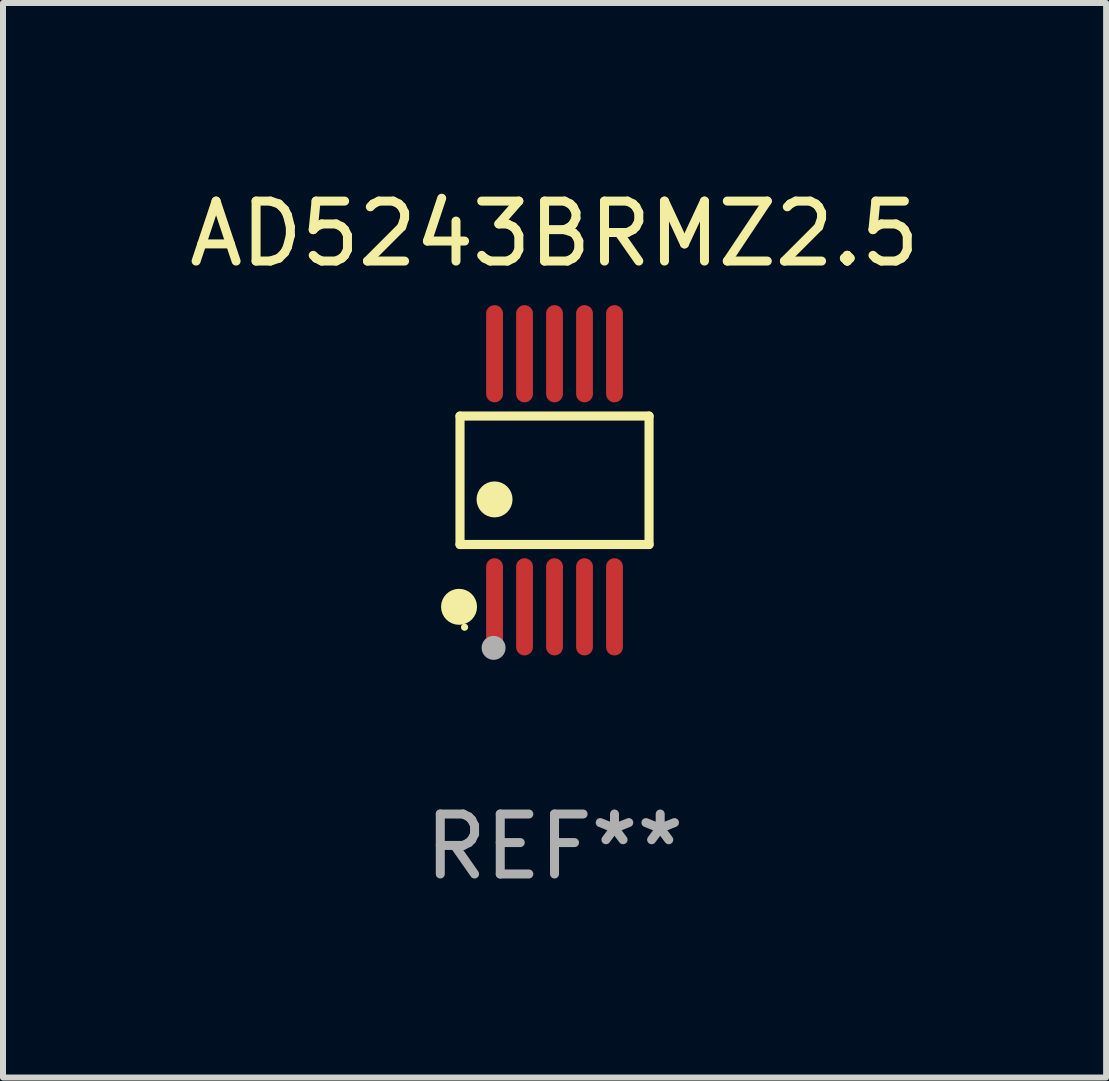
<source format=kicad_pcb>
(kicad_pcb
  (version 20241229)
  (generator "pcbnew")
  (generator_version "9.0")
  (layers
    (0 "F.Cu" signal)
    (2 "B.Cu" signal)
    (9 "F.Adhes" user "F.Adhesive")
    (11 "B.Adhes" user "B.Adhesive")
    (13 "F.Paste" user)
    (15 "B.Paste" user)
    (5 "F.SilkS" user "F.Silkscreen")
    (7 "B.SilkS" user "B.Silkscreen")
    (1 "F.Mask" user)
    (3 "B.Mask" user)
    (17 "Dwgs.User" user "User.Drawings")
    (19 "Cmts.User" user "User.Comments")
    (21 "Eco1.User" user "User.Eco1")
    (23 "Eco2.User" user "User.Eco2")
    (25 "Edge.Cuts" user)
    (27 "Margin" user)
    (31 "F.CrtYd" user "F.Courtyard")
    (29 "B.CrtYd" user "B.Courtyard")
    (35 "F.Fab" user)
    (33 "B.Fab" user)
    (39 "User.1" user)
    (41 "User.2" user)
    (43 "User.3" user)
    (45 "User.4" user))
  (footprint "AD5243BRMZ2.5"
    (layer "F.Cu")
    (at 6.196 4.958)
    (property "Reference" "AD5243BRMZ2.5" (at 0 -4.11 0) (layer "F.SilkS") (effects (font (size 1 1) (thickness 0.15))))
    (attr through_hole)
    (fp_line (start -1.576 -1.071) (end 1.576 -1.071) (stroke (width 0.152) (type solid)) (layer "F.SilkS"))
    (fp_line (start -1.576 1.071) (end -1.576 -1.071) (stroke (width 0.152) (type solid)) (layer "F.SilkS"))
    (fp_line (start 1.576 -1.071) (end 1.576 1.071) (stroke (width 0.152) (type solid)) (layer "F.SilkS"))
    (fp_line (start 1.576 1.071) (end -1.576 1.071) (stroke (width 0.152) (type solid)) (layer "F.SilkS"))
    (fp_circle (center -1.592 2.11) (end -1.442 2.11) (stroke (width 0.3) (type solid)) (fill no) (layer "F.SilkS"))
    (fp_circle (center -1.5 2.45) (end -1.47 2.45) (stroke (width 0.06) (type solid)) (fill no) (layer "F.SilkS"))
    (fp_circle (center -1 0.319) (end -0.85 0.319) (stroke (width 0.3) (type solid)) (fill no) (layer "F.SilkS"))
    (fp_circle (center -1.016 2.794) (end -0.916 2.794) (stroke (width 0.2) (type solid)) (fill no) (layer "F.Fab"))
    (fp_text user "REF**" (at 0 6.11 0) (layer "F.Fab") (effects (font (size 1 1) (thickness 0.15))))
    (pad "1" smd oval (at -1 2.11) (size 0.28 1.62) (layers "F.Cu" "F.Mask" "F.Paste"))
    (pad "2" smd oval (at -0.5 2.11) (size 0.28 1.62) (layers "F.Cu" "F.Mask" "F.Paste"))
    (pad "3" smd oval (at 0 2.11) (size 0.28 1.62) (layers "F.Cu" "F.Mask" "F.Paste"))
    (pad "4" smd oval (at 0.5 2.11) (size 0.28 1.62) (layers "F.Cu" "F.Mask" "F.Paste"))
    (pad "5" smd oval (at 1 2.11) (size 0.28 1.62) (layers "F.Cu" "F.Mask" "F.Paste"))
    (pad "6" smd oval (at 1 -2.11) (size 0.28 1.62) (layers "F.Cu" "F.Mask" "F.Paste"))
    (pad "7" smd oval (at 0.5 -2.11) (size 0.28 1.62) (layers "F.Cu" "F.Mask" "F.Paste"))
    (pad "8" smd oval (at 0 -2.11) (size 0.28 1.62) (layers "F.Cu" "F.Mask" "F.Paste"))
    (pad "9" smd oval (at -0.5 -2.11) (size 0.28 1.62) (layers "F.Cu" "F.Mask" "F.Paste"))
    (pad "10" smd oval (at -1 -2.11) (size 0.28 1.62) (layers "F.Cu" "F.Mask" "F.Paste")))
  (gr_rect
    (start -3 -3)
    (end 15.393 14.916)
    (stroke (width 0.1) (type default))
    (fill no)
    (layer "Edge.Cuts")))
</source>
